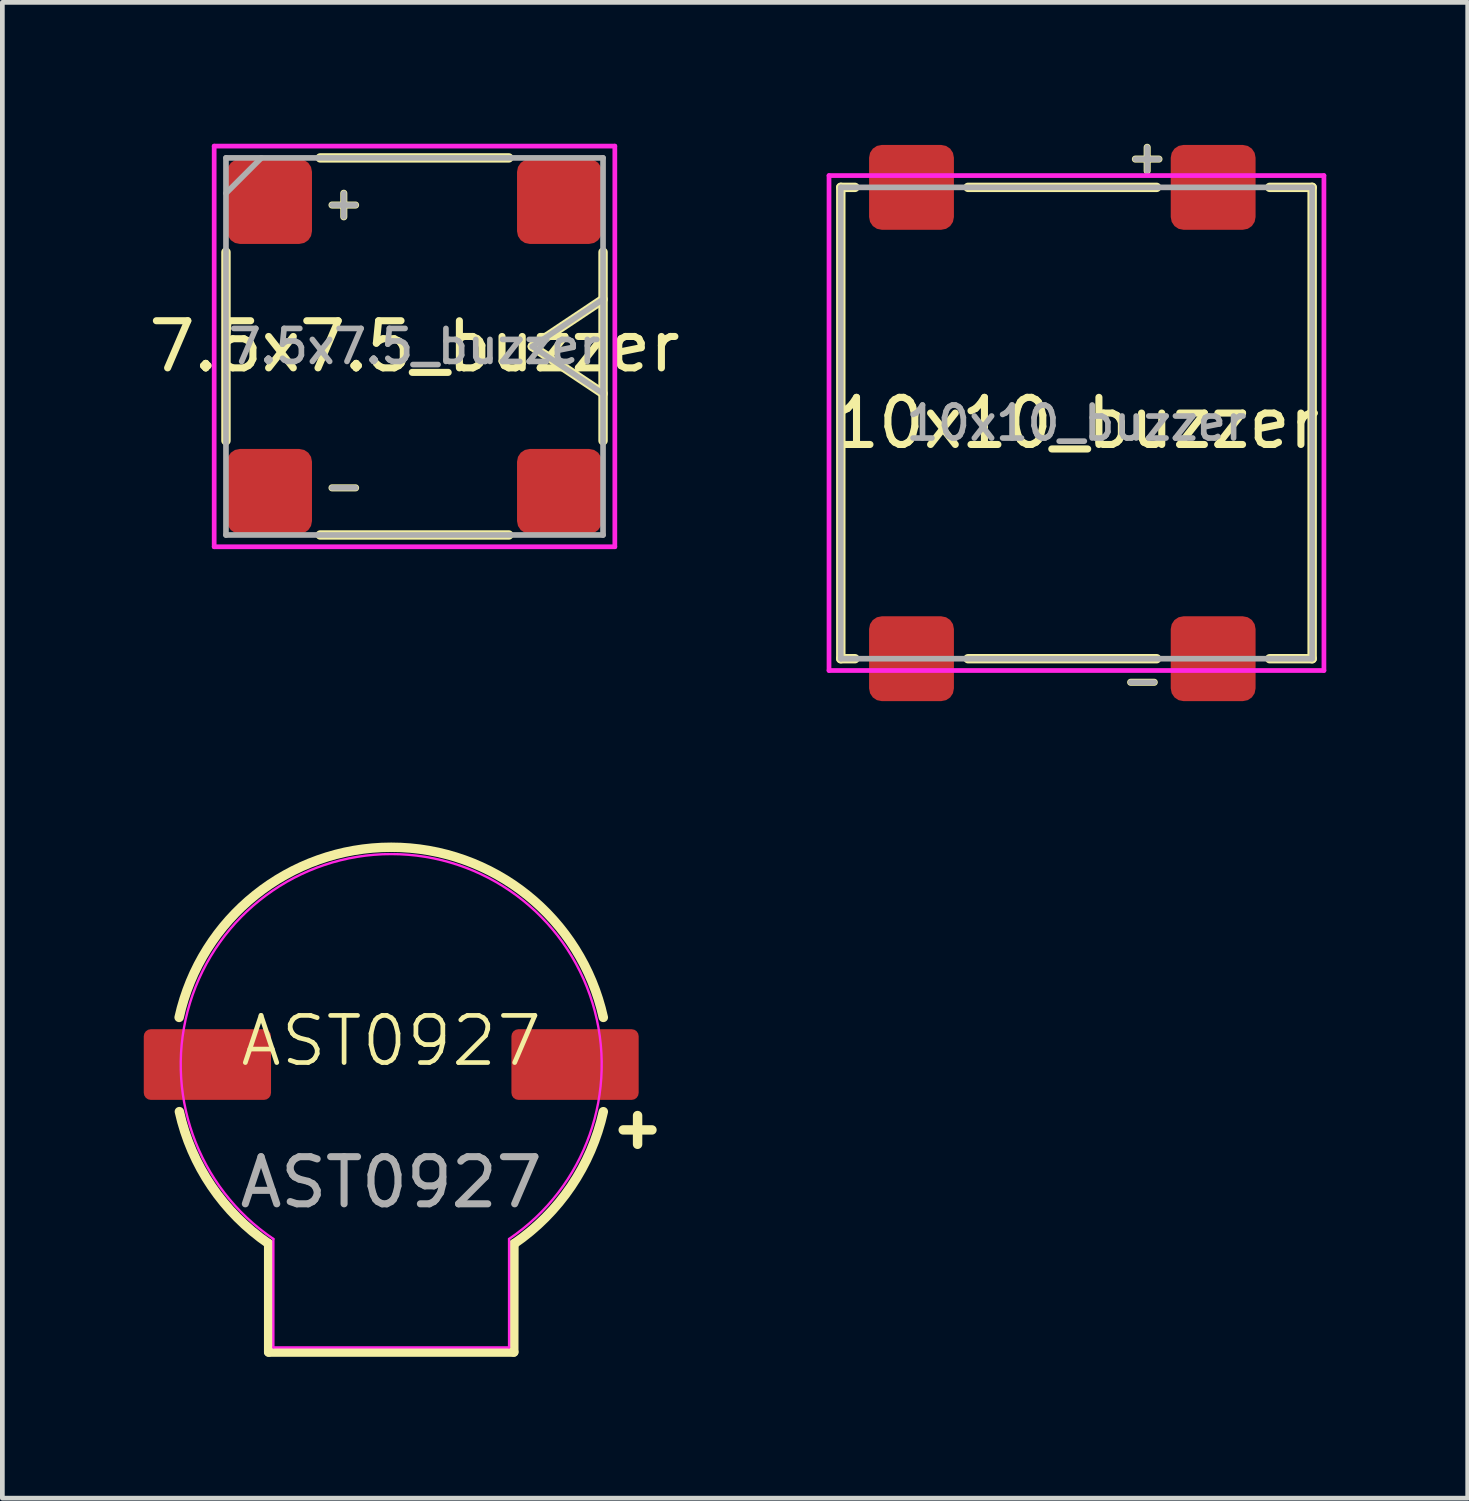
<source format=kicad_pcb>
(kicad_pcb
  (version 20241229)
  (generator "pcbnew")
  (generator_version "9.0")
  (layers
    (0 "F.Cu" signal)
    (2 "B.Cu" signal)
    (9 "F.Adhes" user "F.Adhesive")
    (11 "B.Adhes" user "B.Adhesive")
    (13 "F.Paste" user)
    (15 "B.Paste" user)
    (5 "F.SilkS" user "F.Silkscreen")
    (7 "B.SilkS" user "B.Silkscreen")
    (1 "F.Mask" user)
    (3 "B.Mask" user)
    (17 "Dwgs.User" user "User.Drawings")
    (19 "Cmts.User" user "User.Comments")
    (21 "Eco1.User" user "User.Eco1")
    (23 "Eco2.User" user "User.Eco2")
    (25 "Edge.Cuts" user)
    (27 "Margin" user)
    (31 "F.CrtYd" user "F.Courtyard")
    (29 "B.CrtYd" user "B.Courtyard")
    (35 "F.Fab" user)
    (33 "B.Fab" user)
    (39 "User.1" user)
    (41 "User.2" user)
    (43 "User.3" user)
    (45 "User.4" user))
  (footprint "7.5x7.5_buzzer"
    (layer "F.Cu")
    (at 5.744 4.3)
    (property "Reference" "7.5x7.5_buzzer" (at 0 0 0) (layer "F.SilkS") (effects (font (size 1 1) (thickness 0.15))))
    (property "Value" "${VALUE}" (at 0 -1.75 0) (layer "F.Fab") (hide yes) (effects (font (size 0.5 0.5) (thickness 0.08))))
    (attr through_hole)
    (fp_line (start -4 2) (end -4 -2) (stroke (width 0.2) (type solid)) (layer "F.SilkS"))
    (fp_line (start -2 -4) (end 2 -4) (stroke (width 0.2) (type solid)) (layer "F.SilkS"))
    (fp_line (start -1.75 -3) (end -1.25 -3) (stroke (width 0.15) (type solid)) (layer "F.SilkS"))
    (fp_line (start -1.75 3) (end -1.25 3) (stroke (width 0.15) (type solid)) (layer "F.SilkS"))
    (fp_line (start -1.5 -3.25) (end -1.5 -2.75) (stroke (width 0.15) (type solid)) (layer "F.SilkS"))
    (fp_line (start 2 4) (end -2 4) (stroke (width 0.2) (type solid)) (layer "F.SilkS"))
    (fp_line (start 2.5 0) (end 4 1) (stroke (width 0.2) (type solid)) (layer "F.SilkS"))
    (fp_line (start 4 -2) (end 4 2) (stroke (width 0.2) (type solid)) (layer "F.SilkS"))
    (fp_line (start 4 -1) (end 2.5 0) (stroke (width 0.2) (type solid)) (layer "F.SilkS"))
    (fp_line (start -4.25 -4.25) (end 4.25 -4.25) (stroke (width 0.1) (type solid)) (layer "F.CrtYd"))
    (fp_line (start -4.25 4.25) (end -4.25 -4.25) (stroke (width 0.1) (type solid)) (layer "F.CrtYd"))
    (fp_line (start 4.25 -4.25) (end 4.25 4.25) (stroke (width 0.1) (type solid)) (layer "F.CrtYd"))
    (fp_line (start 4.25 4.25) (end -4.25 4.25) (stroke (width 0.1) (type solid)) (layer "F.CrtYd"))
    (fp_line (start -4 -4) (end 4 -4) (stroke (width 0.12) (type solid)) (layer "F.Fab"))
    (fp_line (start -4 4) (end -4 -4) (stroke (width 0.12) (type solid)) (layer "F.Fab"))
    (fp_line (start -3.25 -4) (end -4 -3.25) (stroke (width 0.12) (type solid)) (layer "F.Fab"))
    (fp_line (start -1.75 -3) (end -1.25 -3) (stroke (width 0.12) (type solid)) (layer "F.Fab"))
    (fp_line (start -1.75 3) (end -1.25 3) (stroke (width 0.12) (type solid)) (layer "F.Fab"))
    (fp_line (start -1.5 -3.25) (end -1.5 -2.75) (stroke (width 0.12) (type solid)) (layer "F.Fab"))
    (fp_line (start 2.5 0) (end 4 1) (stroke (width 0.12) (type solid)) (layer "F.Fab"))
    (fp_line (start 4 -4) (end 4 4) (stroke (width 0.12) (type solid)) (layer "F.Fab"))
    (fp_line (start 4 -1) (end 2.5 0) (stroke (width 0.12) (type solid)) (layer "F.Fab"))
    (fp_line (start 4 4) (end -4 4) (stroke (width 0.12) (type solid)) (layer "F.Fab"))
    (fp_text user "${REFERENCE}" (at 0 0 0) (layer "F.Fab") (effects (font (size 0.7 0.7) (thickness 0.12))))
    (pad "1" smd roundrect (at -3.075 -3.075) (size 1.8 1.8) (layers "F.Cu" "F.Mask" "F.Paste") (roundrect_rratio 0.15))
    (pad "2" smd roundrect (at -3.075 3.075) (size 1.8 1.8) (layers "F.Cu" "F.Mask" "F.Paste") (roundrect_rratio 0.15))
    (pad "3" smd roundrect (at 3.075 3.075) (size 1.8 1.8) (layers "F.Cu" "F.Mask" "F.Paste") (roundrect_rratio 0.15))
    (pad "4" smd roundrect (at 3.075 -3.075) (size 1.8 1.8) (layers "F.Cu" "F.Mask" "F.Paste") (roundrect_rratio 0.15)))
  (footprint "AST0927"
    (layer "F.Cu")
    (at 5.25 19.535)
    (property "Reference" "AST0927" (at 0 -0.5 0) (unlocked yes) (layer "F.SilkS") (effects (font (size 1 1) (thickness 0.1))))
    (attr smd)
    (fp_line (start -2.6 6.1) (end -2.6 3.8) (stroke (width 0.2) (type default)) (layer "F.SilkS"))
    (fp_line (start -2.6 6.1) (end 2.6 6.1) (stroke (width 0.2) (type default)) (layer "F.SilkS"))
    (fp_line (start 2.6 6.1) (end 2.603 3.804) (stroke (width 0.2) (type default)) (layer "F.SilkS"))
    (fp_arc (start -4.5 -1) (mid 0 -4.609773) (end 4.5 -1) (stroke (width 0.2) (type default)) (layer "F.SilkS"))
    (fp_arc (start -2.6 3.799999) (mid -3.813836 2.57966) (end -4.494702 0.998823) (stroke (width 0.2) (type default)) (layer "F.SilkS"))
    (fp_arc (start 4.5 1) (mid 3.818332 2.582701) (end 2.603064 3.804478) (stroke (width 0.2) (type default)) (layer "F.SilkS"))
    (fp_line (start -2.5 3.7) (end -2.5 6) (stroke (width 0.05) (type default)) (layer "F.CrtYd"))
    (fp_line (start -2.5 6) (end 2.5 6) (stroke (width 0.05) (type default)) (layer "F.CrtYd"))
    (fp_line (start 2.5 6) (end 2.5 3.7) (stroke (width 0.05) (type default)) (layer "F.CrtYd"))
    (fp_arc (start -2.5 3.699999) (mid 0 -4.465422) (end 2.5 3.699999) (stroke (width 0.05) (type default)) (layer "F.CrtYd"))
    (fp_text user "+" (at 4.6 1.8 0) (unlocked yes) (layer "F.SilkS") (effects (font (size 0.8 0.8) (thickness 0.2) (bold yes)) (justify left bottom)))
    (fp_text user "${REFERENCE}" (at 0 2.5 0) (unlocked yes) (layer "F.Fab") (effects (font (size 1 1) (thickness 0.15))))
    (pad "1" smd roundrect (at 3.9 0) (size 2.7 1.5) (layers "F.Cu" "F.Mask" "F.Paste") (roundrect_rratio 0.1))
    (pad "2" smd roundrect (at -3.9 0) (size 2.7 1.5) (layers "F.Cu" "F.Mask" "F.Paste") (roundrect_rratio 0.1)))
  (footprint "10x10_buzzer"
    (layer "F.Cu")
    (at 19.788 5.925)
    (property "Reference" "10x10_buzzer" (at 0 0 0) (layer "F.SilkS") (effects (font (size 1 1) (thickness 0.15))))
    (property "Value" "${VALUE}" (at 0 -1.75 0) (layer "F.Fab") (hide yes) (effects (font (size 0.5 0.5) (thickness 0.08))))
    (attr through_hole)
    (fp_line (start -5 -5) (end -4.7 -5) (stroke (width 0.2) (type solid)) (layer "F.SilkS"))
    (fp_line (start -5 5) (end -5 -5) (stroke (width 0.2) (type solid)) (layer "F.SilkS"))
    (fp_line (start -5 5) (end -4.7 5) (stroke (width 0.2) (type solid)) (layer "F.SilkS"))
    (fp_line (start -2.3 -5) (end 1.7 -5) (stroke (width 0.2) (type solid)) (layer "F.SilkS"))
    (fp_line (start 1.15 5.5) (end 1.65 5.5) (stroke (width 0.15) (type solid)) (layer "F.SilkS"))
    (fp_line (start 1.25 -5.6) (end 1.75 -5.6) (stroke (width 0.15) (type solid)) (layer "F.SilkS"))
    (fp_line (start 1.5 -5.85) (end 1.5 -5.35) (stroke (width 0.15) (type solid)) (layer "F.SilkS"))
    (fp_line (start 1.7 5) (end -2.3 5) (stroke (width 0.2) (type solid)) (layer "F.SilkS"))
    (fp_line (start 5 -5) (end 4.1 -5) (stroke (width 0.2) (type solid)) (layer "F.SilkS"))
    (fp_line (start 5 -5) (end 5 5) (stroke (width 0.2) (type solid)) (layer "F.SilkS"))
    (fp_line (start 5 5) (end 4.1 5) (stroke (width 0.2) (type solid)) (layer "F.SilkS"))
    (fp_line (start -5.25 -5.25) (end 5.25 -5.25) (stroke (width 0.1) (type solid)) (layer "F.CrtYd"))
    (fp_line (start -5.25 5.25) (end -5.25 -5.25) (stroke (width 0.1) (type solid)) (layer "F.CrtYd"))
    (fp_line (start 5.25 -5.25) (end 5.25 5.25) (stroke (width 0.1) (type solid)) (layer "F.CrtYd"))
    (fp_line (start 5.25 5.25) (end -5.25 5.25) (stroke (width 0.1) (type solid)) (layer "F.CrtYd"))
    (fp_line (start -5 -5) (end 5 -5) (stroke (width 0.12) (type solid)) (layer "F.Fab"))
    (fp_line (start -5 5) (end -5 -5) (stroke (width 0.12) (type solid)) (layer "F.Fab"))
    (fp_line (start 1.15 5.5) (end 1.65 5.5) (stroke (width 0.12) (type solid)) (layer "F.Fab"))
    (fp_line (start 1.25 -5.6) (end 1.75 -5.6) (stroke (width 0.12) (type solid)) (layer "F.Fab"))
    (fp_line (start 1.5 -5.85) (end 1.5 -5.35) (stroke (width 0.12) (type solid)) (layer "F.Fab"))
    (fp_line (start 5 -5) (end 5 5) (stroke (width 0.12) (type solid)) (layer "F.Fab"))
    (fp_line (start 5 5) (end -5 5) (stroke (width 0.12) (type solid)) (layer "F.Fab"))
    (fp_text user "${REFERENCE}" (at 0 0 0) (layer "F.Fab") (effects (font (size 0.7 0.7) (thickness 0.12))))
    (pad "1" smd roundrect (at 2.9 -5) (size 1.8 1.8) (layers "F.Cu" "F.Mask" "F.Paste") (roundrect_rratio 0.15))
    (pad "2" smd roundrect (at 2.9 5) (size 1.8 1.8) (layers "F.Cu" "F.Mask" "F.Paste") (roundrect_rratio 0.15))
    (pad "3" smd roundrect (at -3.5 5) (size 1.8 1.8) (layers "F.Cu" "F.Mask" "F.Paste") (roundrect_rratio 0.15))
    (pad "4" smd roundrect (at -3.5 -5 90) (size 1.8 1.8) (layers "F.Cu" "F.Mask" "F.Paste") (roundrect_rratio 0.15)))
  (gr_rect
    (start -3 -3)
    (end 28.088 28.735)
    (stroke (width 0.1) (type default))
    (fill no)
    (layer "Edge.Cuts")))
</source>
